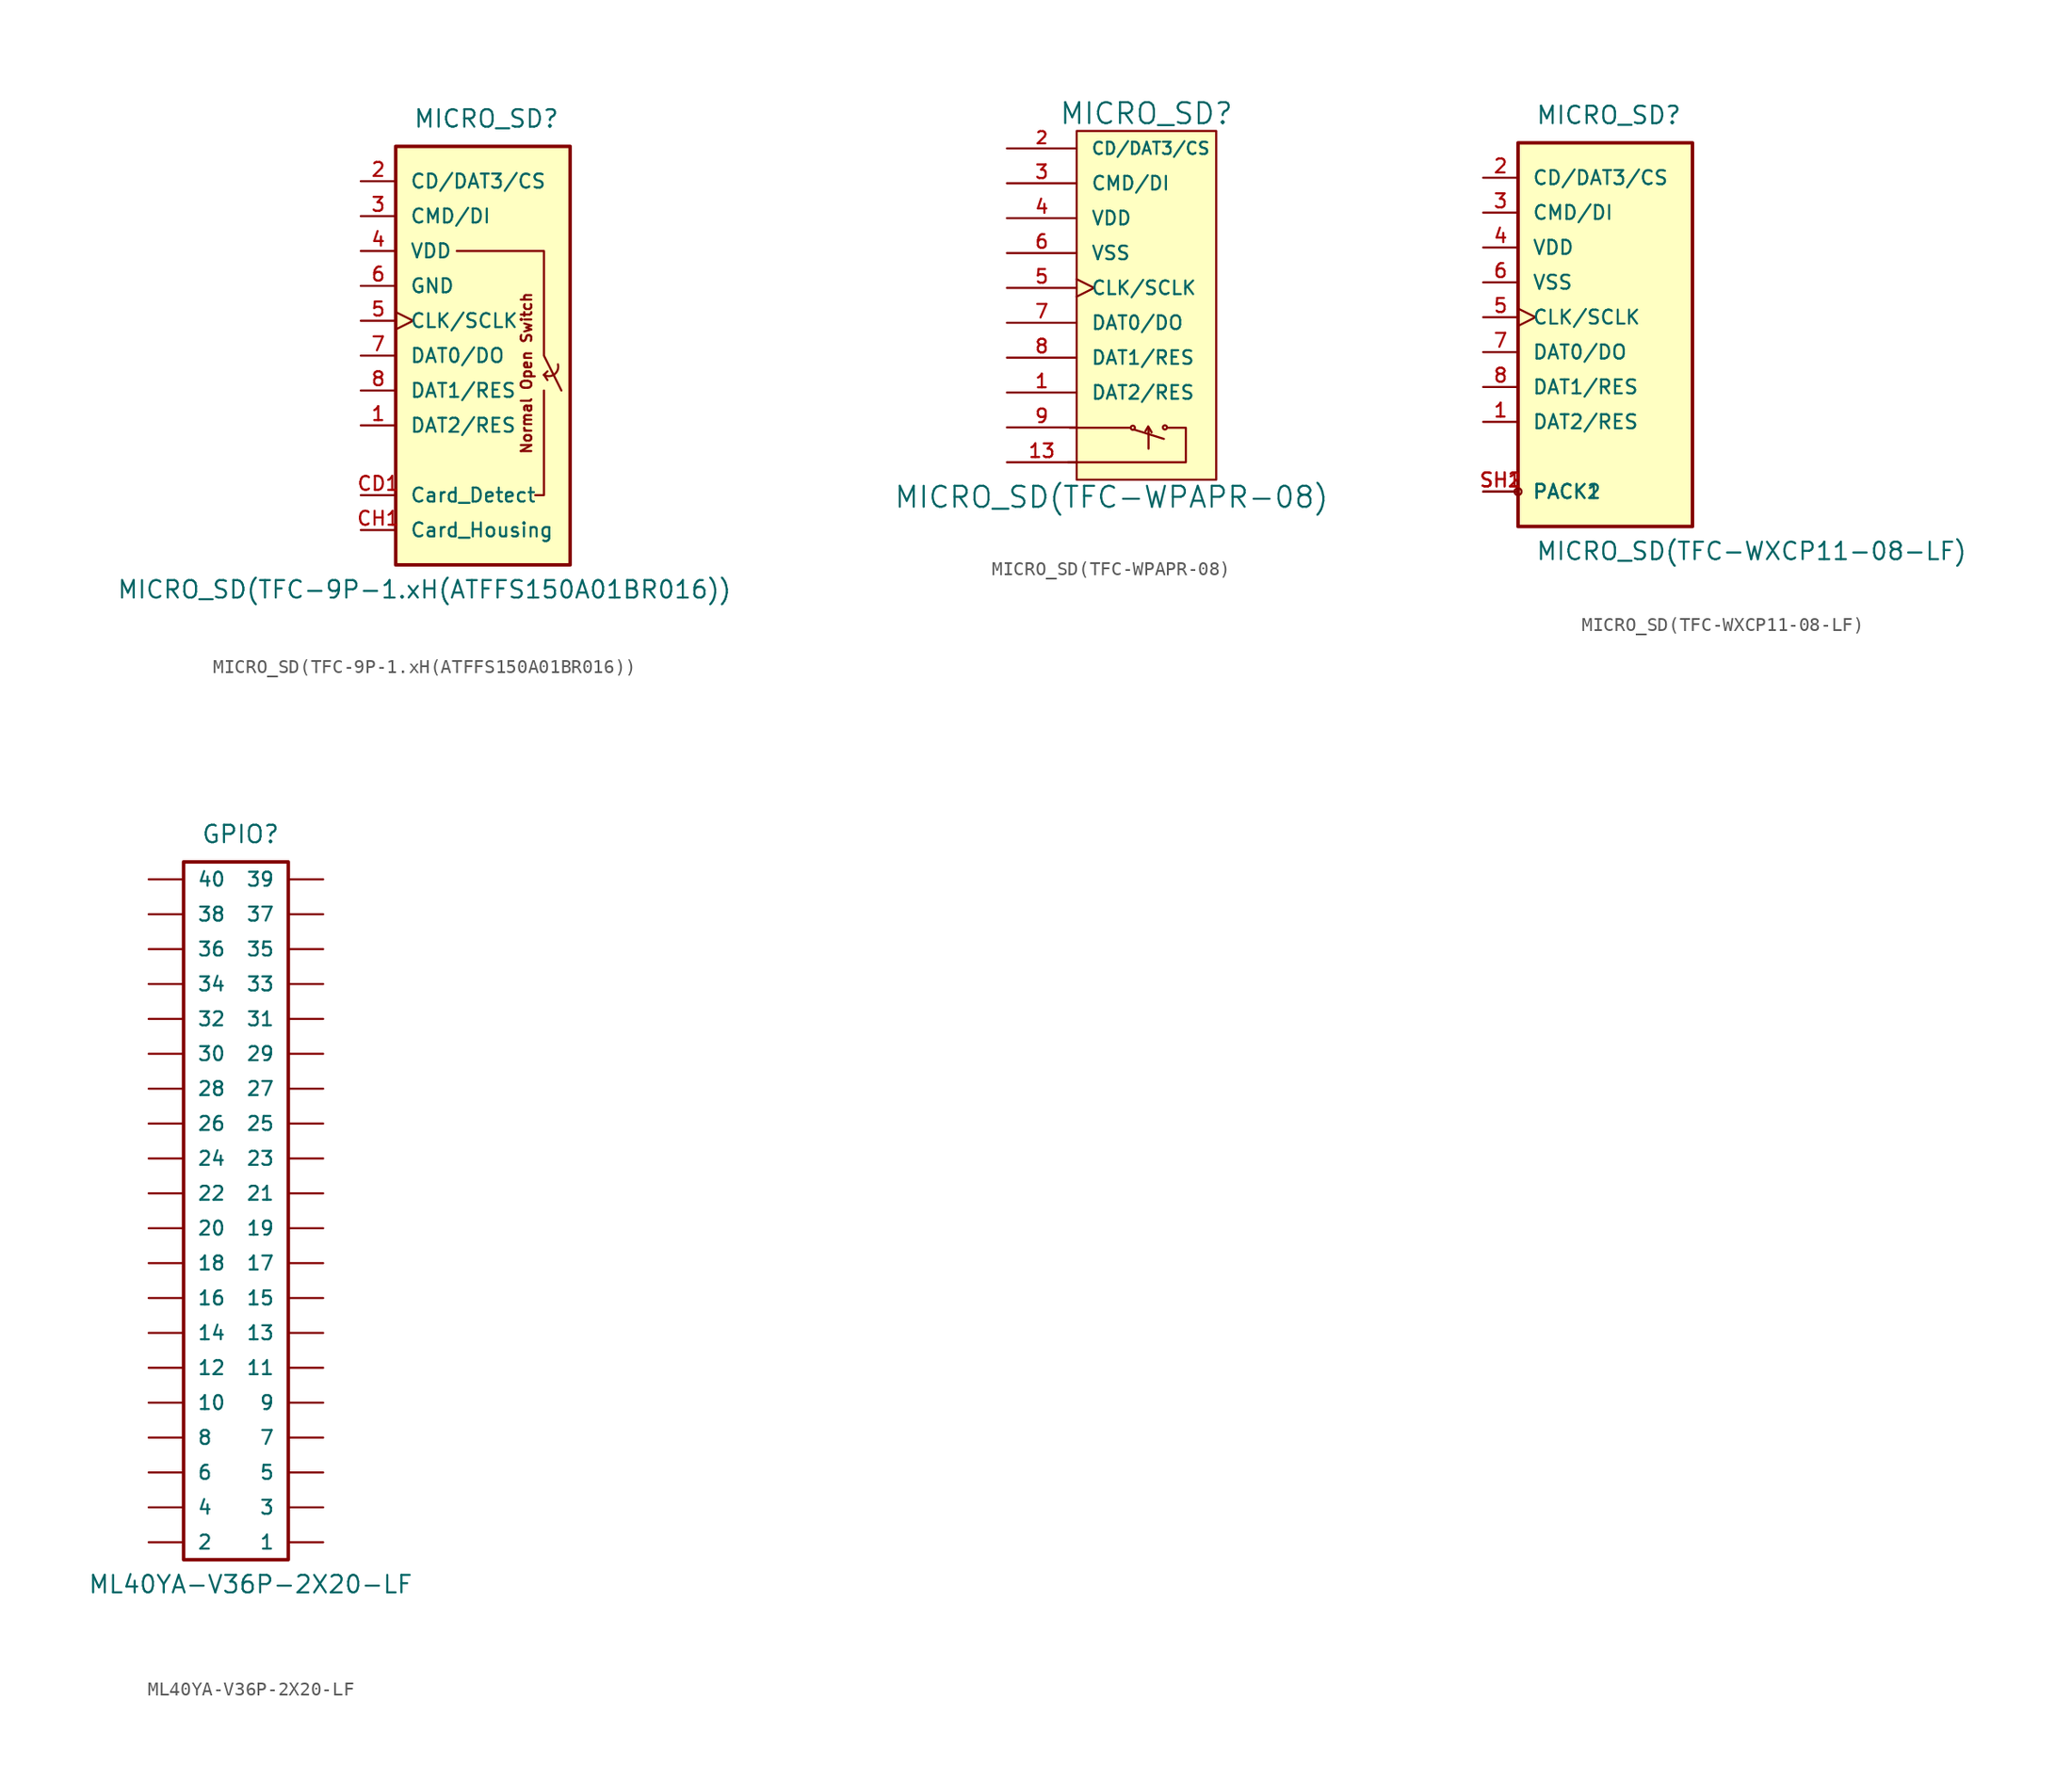
<source format=kicad_sym>
(kicad_symbol_lib
  (version 20211014)
  (generator kicad_symbol_editor)
  (symbol "MICRO_SD(TFC-9P-1.xH(ATFFS150A01BR016))"
    (pin_names
      (offset 1.016))
    (property "Reference" "MICRO_SD"
      (at -3.81 16.51 0)
      (effects (font (size 1.27 1.27)) (justify left bottom)))
    (property "Value" "MICRO_SD(TFC-9P-1.xH(ATFFS150A01BR016))"
      (at -25.4 -17.78 0)
      (effects (font (size 1.27 1.27)) (justify left bottom)))
    (property "Datasheet" ""
      (at 5.08 2.54 0)
      (effects (font (size 1.524 1.524))))
    (property "ki_locked" ""
      (at 0 0 0)
      (effects (font (size 1.27 1.27))))
    (symbol "MICRO_SD(TFC-9P-1.xH(ATFFS150A01BR016))_0_0"
      (polyline (pts (xy 5.715 -1.397) (xy 5.969 -1.778)) (stroke (width 0) (type default) (color 0 0 0 0)) (fill (type none)))
      (polyline (pts (xy 5.715 -1.397) (xy 5.969 -1.143)) (stroke (width 0) (type default) (color 0 0 0 0)) (fill (type none)))
      (arc (start 5.715 -1.397) (mid 6.4809 -1.3599) (end 6.731 -0.635) (stroke (width 0) (type default) (color 0 0 0 0)) (fill (type none)))
      (text "Normal Open Switch" (at 4.445 -1.27 900) (effects (font (size 0.762 0.762)))))
    (symbol "MICRO_SD(TFC-9P-1.xH(ATFFS150A01BR016))_0_1"
      (rectangle (start -5.08 15.24) (end 7.62 -15.24) (stroke (width 0.254) (type default) (color 0 0 0 0)) (fill (type background)))
      (polyline (pts (xy 5.715 -2.54) (xy 5.715 -10.16) (xy 5.08 -10.16)) (stroke (width 0) (type default) (color 0 0 0 0)) (fill (type none)))
      (polyline (pts (xy -0.635 7.62) (xy 5.715 7.62) (xy 5.715 0) (xy 6.985 -2.54)) (stroke (width 0) (type default) (color 0 0 0 0)) (fill (type none))))
    (symbol "MICRO_SD(TFC-9P-1.xH(ATFFS150A01BR016))_1_1"
      (pin bidirectional line (at -7.62 -5.08 0) (length 2.54) (name "DAT2/RES" (effects (font (size 1.016 1.016)))) (number "1" (effects (font (size 1.016 1.016)))))
      (pin bidirectional line (at -7.62 12.7 0) (length 2.54) (name "CD/DAT3/CS" (effects (font (size 1.016 1.016)))) (number "2" (effects (font (size 1.016 1.016)))))
      (pin input line (at -7.62 10.16 0) (length 2.54) (name "CMD/DI" (effects (font (size 1.016 1.016)))) (number "3" (effects (font (size 1.016 1.016)))))
      (pin power_in line (at -7.62 7.62 0) (length 2.54) (name "VDD" (effects (font (size 1.016 1.016)))) (number "4" (effects (font (size 1.016 1.016)))))
      (pin input clock (at -7.62 2.54 0) (length 2.54) (name "CLK/SCLK" (effects (font (size 1.016 1.016)))) (number "5" (effects (font (size 1.016 1.016)))))
      (pin power_in line (at -7.62 5.08 0) (length 2.54) (name "GND" (effects (font (size 1.016 1.016)))) (number "6" (effects (font (size 1.016 1.016)))))
      (pin bidirectional line (at -7.62 0 0) (length 2.54) (name "DAT0/DO" (effects (font (size 1.016 1.016)))) (number "7" (effects (font (size 1.016 1.016)))))
      (pin bidirectional line (at -7.62 -2.54 0) (length 2.54) (name "DAT1/RES" (effects (font (size 1.016 1.016)))) (number "8" (effects (font (size 1.016 1.016)))))
      (pin input line (at -7.62 -10.16 0) (length 2.54) (name "Card_Detect" (effects (font (size 1.016 1.016)))) (number "CD1" (effects (font (size 1.016 1.016)))))
      (pin input line (at -7.62 -12.7 0) (length 2.54) (name "Card_Housing" (effects (font (size 1.016 1.016)))) (number "CH1" (effects (font (size 1.016 1.016)))))))
  (symbol "MICRO_SD(TFC-WPAPR-08)"
    (pin_names
      (offset 1.016))
    (property "Reference" "MICRO_SD"
      (at 2.54 15.24 0)
      (effects (font (size 1.524 1.524))))
    (property "Value" "MICRO_SD(TFC-WPAPR-08)"
      (at 0 -12.7 0)
      (effects (font (size 1.524 1.524))))
    (property "Footprint" ""
      (at 6.35 0 0)
      (effects (font (size 1.524 1.524))))
    (property "Datasheet" ""
      (at 6.35 0 0)
      (effects (font (size 1.524 1.524))))
    (symbol "MICRO_SD(TFC-WPAPR-08)_0_0"
      (rectangle (start -2.54 13.97) (end 7.62 -11.43) (stroke (width 0) (type default) (color 0 0 0 0)) (fill (type background)))
      (polyline (pts (xy 2.642 -7.595) (xy 2.464 -7.899)) (stroke (width 0) (type default) (color 0 0 0 0)) (fill (type none)))
      (polyline (pts (xy 2.692 -7.696) (xy 2.692 -9.169)) (stroke (width 0) (type default) (color 0 0 0 0)) (fill (type none)))
      (polyline (pts (xy 2.667 -7.544) (xy 2.921 -7.976) (xy 2.896 -7.976)) (stroke (width 0) (type default) (color 0 0 0 0)) (fill (type none))))
    (symbol "MICRO_SD(TFC-WPAPR-08)_0_1"
      (polyline (pts (xy -3.048 -7.645) (xy 1.295 -7.645)) (stroke (width 0) (type default) (color 0 0 0 0)) (fill (type none)))
      (polyline (pts (xy 1.702 -7.798) (xy 3.81 -8.458)) (stroke (width 0) (type default) (color 0 0 0 0)) (fill (type none)))
      (polyline (pts (xy -3.15 -10.16) (xy 5.41 -10.16) (xy 5.41 -7.645) (xy 4.14 -7.645)) (stroke (width 0) (type default) (color 0 0 0 0)) (fill (type none)))
      (circle (center 1.549 -7.645) (radius 0.152) (stroke (width 0) (type default) (color 0 0 0 0)) (fill (type none)))
      (circle (center 3.886 -7.62) (radius 0.152) (stroke (width 0) (type default) (color 0 0 0 0)) (fill (type none))))
    (symbol "MICRO_SD(TFC-WPAPR-08)_1_1"
      (pin bidirectional line (at -7.62 -5.08 0) (length 5.08) (name "DAT2/RES" (effects (font (size 0.991 0.991)))) (number "1" (effects (font (size 0.991 0.991)))))
      (pin passive line (at -7.62 -10.16 0) (length 5.08) hide (name "~" (effects (font (size 0.991 0.991)))) (number "10" (effects (font (size 0.991 0.991)))))
      (pin passive line (at -7.62 -10.16 0) (length 5.08) hide (name "~" (effects (font (size 0.991 0.991)))) (number "11" (effects (font (size 0.991 0.991)))))
      (pin passive line (at -7.62 -10.16 0) (length 5.08) hide (name "~" (effects (font (size 0.991 0.991)))) (number "12" (effects (font (size 0.991 0.991)))))
      (pin passive line (at -7.62 -10.16 0) (length 5.08) (name "~" (effects (font (size 0.991 0.991)))) (number "13" (effects (font (size 0.991 0.991)))))
      (pin bidirectional line (at -7.62 12.7 0) (length 5.08) (name "CD/DAT3/CS" (effects (font (size 0.889 0.889)))) (number "2" (effects (font (size 0.889 0.889)))))
      (pin input line (at -7.62 10.16 0) (length 5.08) (name "CMD/DI" (effects (font (size 0.991 0.991)))) (number "3" (effects (font (size 0.991 0.991)))))
      (pin power_in line (at -7.62 7.62 0) (length 5.08) (name "VDD" (effects (font (size 0.991 0.991)))) (number "4" (effects (font (size 0.991 0.991)))))
      (pin input clock (at -7.62 2.54 0) (length 5.08) (name "CLK/SCLK" (effects (font (size 0.991 0.991)))) (number "5" (effects (font (size 0.991 0.991)))))
      (pin power_in line (at -7.62 5.08 0) (length 5.08) (name "VSS" (effects (font (size 0.991 0.991)))) (number "6" (effects (font (size 0.991 0.991)))))
      (pin bidirectional line (at -7.62 0 0) (length 5.08) (name "DAT0/DO" (effects (font (size 0.991 0.991)))) (number "7" (effects (font (size 0.991 0.991)))))
      (pin bidirectional line (at -7.62 -2.54 0) (length 5.08) (name "DAT1/RES" (effects (font (size 0.991 0.991)))) (number "8" (effects (font (size 0.991 0.991)))))
      (pin passive line (at -7.62 -7.62 0) (length 5.08) (name "~" (effects (font (size 0.991 0.991)))) (number "9" (effects (font (size 0.991 0.991)))))))
  (symbol "MICRO_SD(TFC-WXCP11-08-LF)"
    (pin_names
      (offset 1.016))
    (property "Reference" "MICRO_SD"
      (at -8.89 13.97 0)
      (effects (font (size 1.27 1.27)) (justify left bottom)))
    (property "Value" "MICRO_SD(TFC-WXCP11-08-LF)"
      (at -8.89 -17.78 0)
      (effects (font (size 1.27 1.27)) (justify left bottom)))
    (property "Datasheet" ""
      (at 0 0 0)
      (effects (font (size 1.524 1.524))))
    (property "ki_locked" ""
      (at 0 0 0)
      (effects (font (size 1.27 1.27))))
    (symbol "MICRO_SD(TFC-WXCP11-08-LF)_0_1"
      (rectangle (start -10.16 12.7) (end 2.54 -15.24) (stroke (width 0.254) (type default) (color 0 0 0 0)) (fill (type background))))
    (symbol "MICRO_SD(TFC-WXCP11-08-LF)_1_1"
      (circle (center -10.16 -12.7) (radius 0.254) (stroke (width 0) (type default) (color 0 0 0 0)) (fill (type none)))
      (pin input line (at -12.7 -7.62 0) (length 2.54) (name "DAT2/RES" (effects (font (size 1.016 1.016)))) (number "1" (effects (font (size 1.016 1.016)))))
      (pin input line (at -12.7 10.16 0) (length 2.54) (name "CD/DAT3/CS" (effects (font (size 1.016 1.016)))) (number "2" (effects (font (size 1.016 1.016)))))
      (pin input line (at -12.7 7.62 0) (length 2.54) (name "CMD/DI" (effects (font (size 1.016 1.016)))) (number "3" (effects (font (size 1.016 1.016)))))
      (pin power_in line (at -12.7 5.08 0) (length 2.54) (name "VDD" (effects (font (size 1.016 1.016)))) (number "4" (effects (font (size 1.016 1.016)))))
      (pin input clock (at -12.7 0 0) (length 2.54) (name "CLK/SCLK" (effects (font (size 1.016 1.016)))) (number "5" (effects (font (size 1.016 1.016)))))
      (pin power_in line (at -12.7 2.54 0) (length 2.54) (name "VSS" (effects (font (size 1.016 1.016)))) (number "6" (effects (font (size 1.016 1.016)))))
      (pin output line (at -12.7 -2.54 0) (length 2.54) (name "DAT0/DO" (effects (font (size 1.016 1.016)))) (number "7" (effects (font (size 1.016 1.016)))))
      (pin input line (at -12.7 -5.08 0) (length 2.54) (name "DAT1/RES" (effects (font (size 1.016 1.016)))) (number "8" (effects (font (size 1.016 1.016)))))
      (pin input line (at -12.7 -12.7 0) (length 2.54) (name "PACK1" (effects (font (size 1.016 1.016)))) (number "SH1" (effects (font (size 1.016 1.016)))))
      (pin input line (at -12.7 -12.7 0) (length 2.54) (name "PACK2" (effects (font (size 1.016 1.016)))) (number "SH2" (effects (font (size 1.016 1.016)))))))
  (symbol "ML40YA-V36P-2X20-LF"
    (pin_numbers hide)
    (pin_names
      (offset 1.016))
    (property "Reference" "GPIO"
      (at -3.81 25.4 0)
      (effects (font (size 1.27 1.27)) (justify left bottom)))
    (property "Value" "ML40YA-V36P-2X20-LF"
      (at -12.065 -29.21 0)
      (effects (font (size 1.27 1.27)) (justify left bottom)))
    (property "Datasheet" ""
      (at -2.54 -2.54 0)
      (effects (font (size 1.524 1.524))))
    (property "ki_locked" ""
      (at 0 0 0)
      (effects (font (size 1.27 1.27))))
    (symbol "ML40YA-V36P-2X20-LF_1_0"
      (rectangle (start -5.08 24.13) (end 2.54 -26.67) (stroke (width 0.254) (type default) (color 0 0 0 0)) (fill (type none))))
    (symbol "ML40YA-V36P-2X20-LF_1_1"
      (pin passive line (at 5.08 -25.4 180) (length 2.489) (name "1" (effects (font (size 1.016 1.016)))) (number "1" (effects (font (size 1.016 1.016)))))
      (pin passive line (at -7.62 -15.24 0) (length 2.489) (name "10" (effects (font (size 1.016 1.016)))) (number "10" (effects (font (size 1.016 1.016)))))
      (pin passive line (at 5.08 -12.7 180) (length 2.489) (name "11" (effects (font (size 1.016 1.016)))) (number "11" (effects (font (size 1.016 1.016)))))
      (pin passive line (at -7.62 -12.7 0) (length 2.489) (name "12" (effects (font (size 1.016 1.016)))) (number "12" (effects (font (size 1.016 1.016)))))
      (pin passive line (at 5.08 -10.16 180) (length 2.489) (name "13" (effects (font (size 1.016 1.016)))) (number "13" (effects (font (size 1.016 1.016)))))
      (pin passive line (at -7.62 -10.16 0) (length 2.489) (name "14" (effects (font (size 1.016 1.016)))) (number "14" (effects (font (size 1.016 1.016)))))
      (pin passive line (at 5.08 -7.62 180) (length 2.489) (name "15" (effects (font (size 1.016 1.016)))) (number "15" (effects (font (size 1.016 1.016)))))
      (pin passive line (at -7.62 -7.62 0) (length 2.489) (name "16" (effects (font (size 1.016 1.016)))) (number "16" (effects (font (size 1.016 1.016)))))
      (pin passive line (at 5.08 -5.08 180) (length 2.489) (name "17" (effects (font (size 1.016 1.016)))) (number "17" (effects (font (size 1.016 1.016)))))
      (pin passive line (at -7.62 -5.08 0) (length 2.489) (name "18" (effects (font (size 1.016 1.016)))) (number "18" (effects (font (size 1.016 1.016)))))
      (pin passive line (at 5.08 -2.54 180) (length 2.489) (name "19" (effects (font (size 1.016 1.016)))) (number "19" (effects (font (size 1.016 1.016)))))
      (pin passive line (at -7.62 -25.4 0) (length 2.489) (name "2" (effects (font (size 1.016 1.016)))) (number "2" (effects (font (size 1.016 1.016)))))
      (pin passive line (at -7.62 -2.54 0) (length 2.489) (name "20" (effects (font (size 1.016 1.016)))) (number "20" (effects (font (size 1.016 1.016)))))
      (pin passive line (at 5.08 0 180) (length 2.489) (name "21" (effects (font (size 1.016 1.016)))) (number "21" (effects (font (size 1.016 1.016)))))
      (pin passive line (at -7.62 0 0) (length 2.489) (name "22" (effects (font (size 1.016 1.016)))) (number "22" (effects (font (size 1.016 1.016)))))
      (pin passive line (at 5.08 2.54 180) (length 2.489) (name "23" (effects (font (size 1.016 1.016)))) (number "23" (effects (font (size 1.016 1.016)))))
      (pin passive line (at -7.62 2.54 0) (length 2.489) (name "24" (effects (font (size 1.016 1.016)))) (number "24" (effects (font (size 1.016 1.016)))))
      (pin passive line (at 5.08 5.08 180) (length 2.489) (name "25" (effects (font (size 1.016 1.016)))) (number "25" (effects (font (size 1.016 1.016)))))
      (pin passive line (at -7.62 5.08 0) (length 2.489) (name "26" (effects (font (size 1.016 1.016)))) (number "26" (effects (font (size 1.016 1.016)))))
      (pin passive line (at 5.08 7.62 180) (length 2.489) (name "27" (effects (font (size 1.016 1.016)))) (number "27" (effects (font (size 1.016 1.016)))))
      (pin passive line (at -7.62 7.62 0) (length 2.489) (name "28" (effects (font (size 1.016 1.016)))) (number "28" (effects (font (size 1.016 1.016)))))
      (pin passive line (at 5.08 10.16 180) (length 2.489) (name "29" (effects (font (size 1.016 1.016)))) (number "29" (effects (font (size 1.016 1.016)))))
      (pin passive line (at 5.08 -22.86 180) (length 2.489) (name "3" (effects (font (size 1.016 1.016)))) (number "3" (effects (font (size 1.016 1.016)))))
      (pin passive line (at -7.62 10.16 0) (length 2.489) (name "30" (effects (font (size 1.016 1.016)))) (number "30" (effects (font (size 1.016 1.016)))))
      (pin passive line (at 5.08 12.7 180) (length 2.489) (name "31" (effects (font (size 1.016 1.016)))) (number "31" (effects (font (size 1.016 1.016)))))
      (pin passive line (at -7.62 12.7 0) (length 2.489) (name "32" (effects (font (size 1.016 1.016)))) (number "32" (effects (font (size 1.016 1.016)))))
      (pin passive line (at 5.08 15.24 180) (length 2.489) (name "33" (effects (font (size 1.016 1.016)))) (number "33" (effects (font (size 1.016 1.016)))))
      (pin passive line (at -7.62 15.24 0) (length 2.489) (name "34" (effects (font (size 1.016 1.016)))) (number "34" (effects (font (size 1.016 1.016)))))
      (pin passive line (at 5.08 17.78 180) (length 2.489) (name "35" (effects (font (size 1.016 1.016)))) (number "35" (effects (font (size 1.016 1.016)))))
      (pin passive line (at -7.62 17.78 0) (length 2.489) (name "36" (effects (font (size 1.016 1.016)))) (number "36" (effects (font (size 1.016 1.016)))))
      (pin passive line (at 5.08 20.32 180) (length 2.489) (name "37" (effects (font (size 1.016 1.016)))) (number "37" (effects (font (size 1.016 1.016)))))
      (pin passive line (at -7.62 20.32 0) (length 2.489) (name "38" (effects (font (size 1.016 1.016)))) (number "38" (effects (font (size 1.016 1.016)))))
      (pin passive line (at 5.08 22.86 180) (length 2.489) (name "39" (effects (font (size 1.016 1.016)))) (number "39" (effects (font (size 1.016 1.016)))))
      (pin passive line (at -7.62 -22.86 0) (length 2.489) (name "4" (effects (font (size 1.016 1.016)))) (number "4" (effects (font (size 1.016 1.016)))))
      (pin passive line (at -7.62 22.86 0) (length 2.489) (name "40" (effects (font (size 1.016 1.016)))) (number "40" (effects (font (size 1.016 1.016)))))
      (pin passive line (at 5.08 -20.32 180) (length 2.489) (name "5" (effects (font (size 1.016 1.016)))) (number "5" (effects (font (size 1.016 1.016)))))
      (pin passive line (at -7.62 -20.32 0) (length 2.489) (name "6" (effects (font (size 1.016 1.016)))) (number "6" (effects (font (size 1.016 1.016)))))
      (pin passive line (at 5.08 -17.78 180) (length 2.489) (name "7" (effects (font (size 1.016 1.016)))) (number "7" (effects (font (size 1.016 1.016)))))
      (pin passive line (at -7.62 -17.78 0) (length 2.489) (name "8" (effects (font (size 1.016 1.016)))) (number "8" (effects (font (size 1.016 1.016)))))
      (pin passive line (at 5.08 -15.24 180) (length 2.489) (name "9" (effects (font (size 1.016 1.016)))) (number "9" (effects (font (size 1.016 1.016))))))))
</source>
